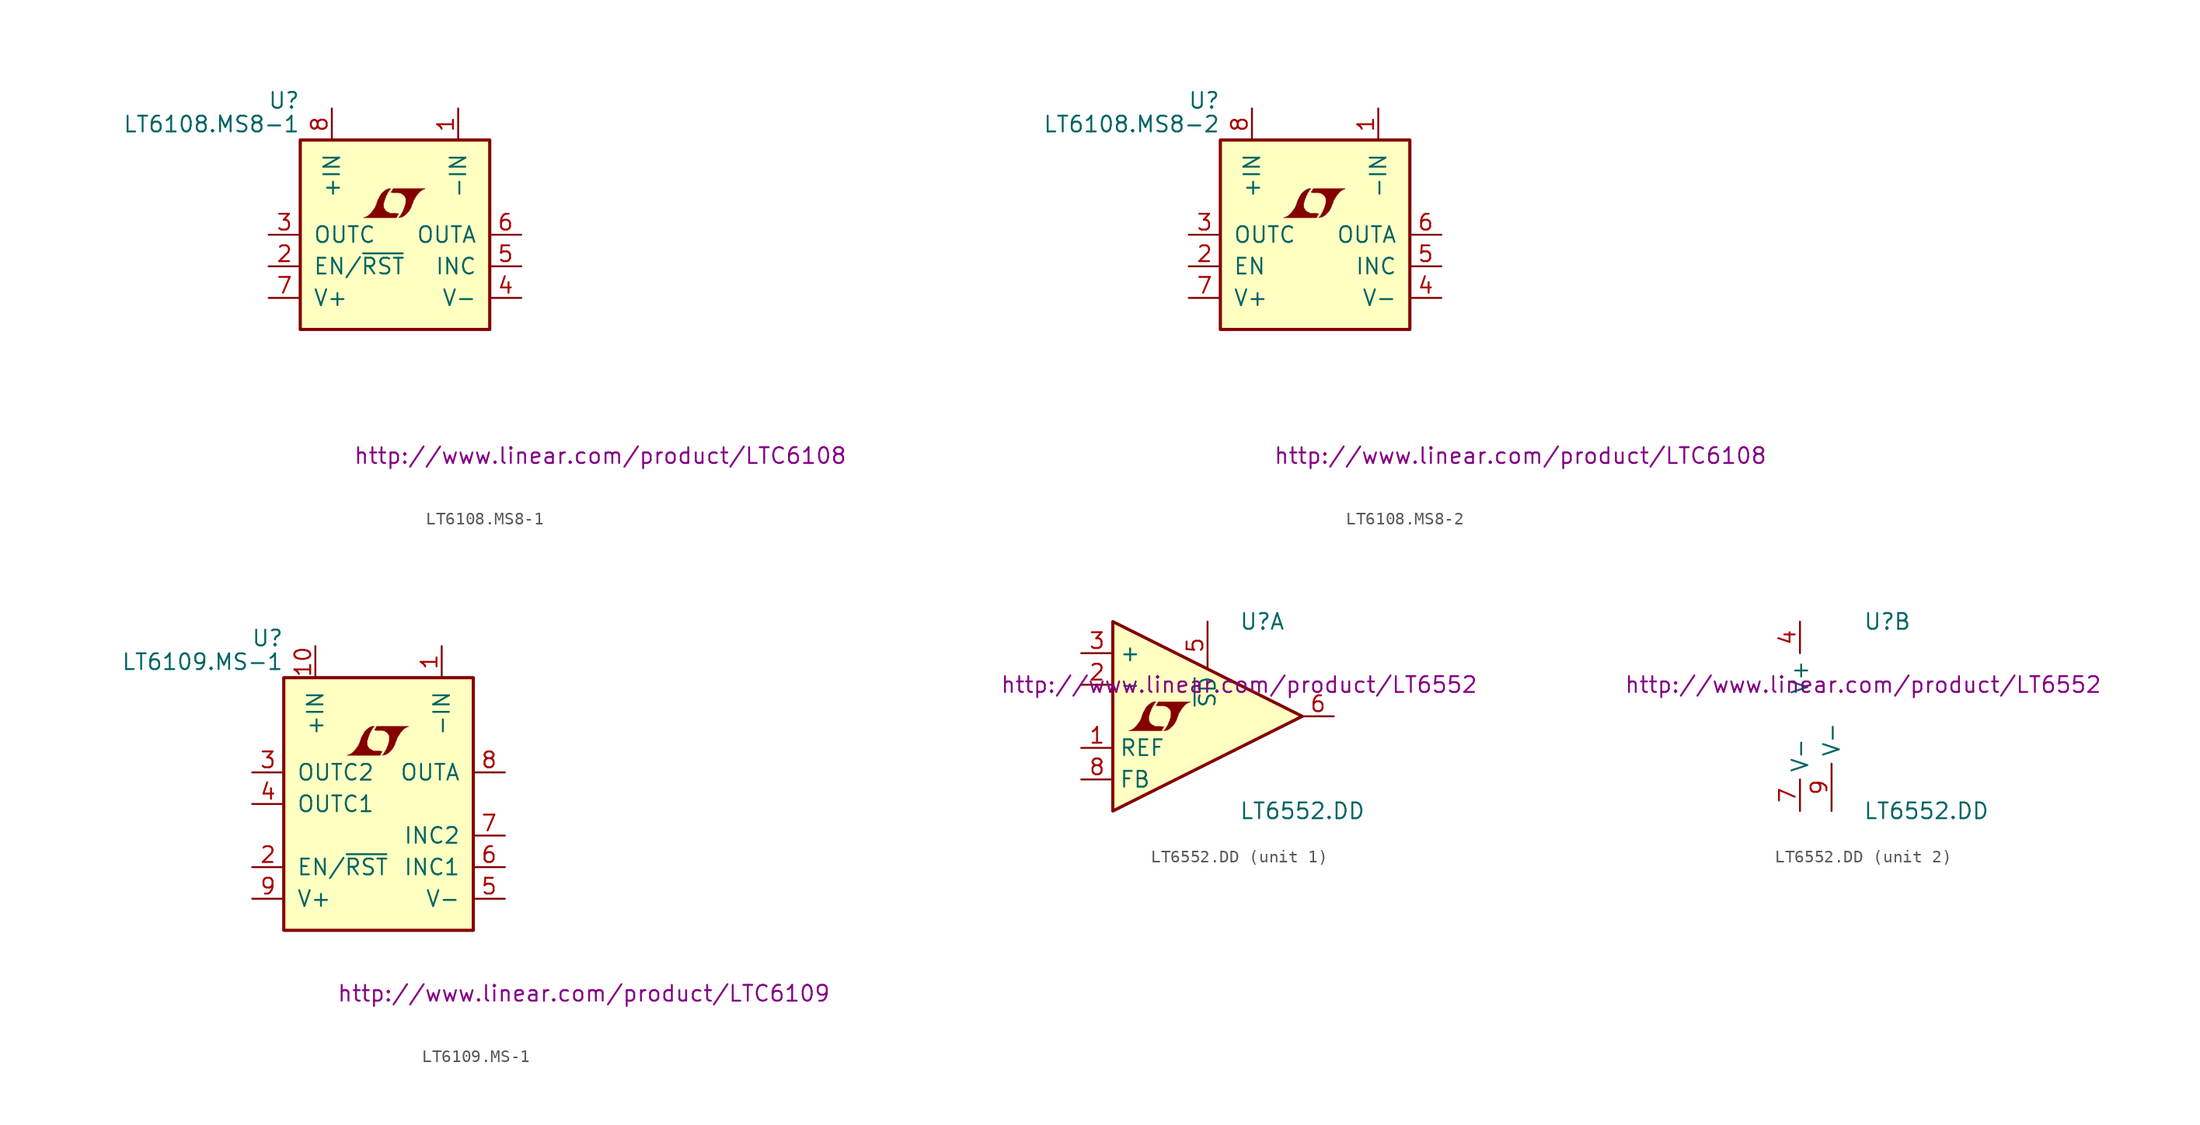
<source format=kicad_sym>
(kicad_symbol_lib
  (version 20201005)
  (generator kicad_symbol_editor)
  (symbol "LT6108.MS8-1"
    (pin_names
      (offset 1.016))
    (property "Reference" "U"
      (at -7.62 10.795 0)
      (effects (font (size 1.27 1.27)) (justify right)))
    (property "Value" "LT6108.MS8-1"
      (at -7.62 8.89 0)
      (effects (font (size 1.27 1.27)) (justify right)))
    (property "Datasheet" "http://www.linear.com/product/LTC6108"
      (at 16.51 -17.78 0)
      (effects (font (size 1.27 1.27))))
    (symbol "LT6108.MS8-1_0_0"
      (polyline (pts (xy 0.203 1.549) (xy 0.229 1.575) (xy 0.279 1.676) (xy 0.279 1.702) (xy 0.152 1.702) (xy 0.051 1.727) (xy -0.406 1.727) (xy -0.432 1.753) (xy -0.686 1.88) (xy -0.787 1.981) (xy -0.864 2.108) (xy -0.914 2.21) (xy -0.914 2.515) (xy -0.864 2.667) (xy -0.838 2.769) (xy -0.813 2.845) (xy -0.762 2.972) (xy -0.711 3.124) (xy -0.635 3.251) (xy -0.584 3.378) (xy -0.508 3.48) (xy -0.457 3.581) (xy -0.33 3.708) (xy -0.508 3.708) (xy -0.635 3.658) (xy -0.737 3.607) (xy -0.813 3.556) (xy -0.94 3.454) (xy -1.118 3.277) (xy -1.372 2.819) (xy -1.473 2.54) (xy -1.473 2.489) (xy -1.524 2.388) (xy -1.575 2.261) (xy -1.626 2.159) (xy -1.753 1.981) (xy -1.905 1.778) (xy -2.057 1.626) (xy -2.21 1.499) (xy -2.388 1.422) (xy -2.54 1.372) (xy 0.127 1.372) (xy 0.203 1.549)) (stroke (width 0.025)) (fill (type outline)))
      (polyline (pts (xy 0.406 1.397) (xy 0.483 1.397) (xy 0.66 1.473) (xy 0.813 1.575) (xy 1.092 1.854) (xy 1.219 2.057) (xy 1.321 2.261) (xy 1.397 2.515) (xy 1.422 2.515) (xy 1.499 2.769) (xy 1.753 3.175) (xy 1.905 3.353) (xy 2.057 3.505) (xy 2.21 3.607) (xy 2.388 3.683) (xy 2.413 3.683) (xy 2.413 3.708) (xy -0.152 3.708) (xy -0.229 3.556) (xy -0.254 3.531) (xy -0.305 3.429) (xy -0.33 3.404) (xy -0.279 3.404) (xy -0.229 3.378) (xy 0.305 3.378) (xy 0.356 3.353) (xy 0.406 3.353) (xy 0.483 3.327) (xy 0.61 3.251) (xy 0.737 3.15) (xy 0.813 3.023) (xy 0.838 2.972) (xy 0.864 2.946) (xy 0.864 2.54) (xy 0.838 2.489) (xy 0.838 2.413) (xy 0.787 2.311) (xy 0.762 2.184) (xy 0.686 2.032) (xy 0.635 1.88) (xy 0.483 1.626) (xy 0.432 1.524) (xy 0.279 1.372) (xy 0.406 1.397)) (stroke (width 0.025)) (fill (type outline))))
    (symbol "LT6108.MS8-1_0_1"
      (rectangle (start -7.62 7.62) (end 7.62 -7.62) (stroke (width 0.254)) (fill (type background))))
    (symbol "LT6108.MS8-1_1_1"
      (pin passive line (at 5.08 10.16 270) (length 2.54) (name "-IN" (effects (font (size 1.27 1.27)))) (number "1" (effects (font (size 1.27 1.27)))))
      (pin passive line (at -10.16 -2.54 0) (length 2.54) (name "EN/~RST~" (effects (font (size 1.27 1.27)))) (number "2" (effects (font (size 1.27 1.27)))))
      (pin output line (at -10.16 0 0) (length 2.54) (name "OUTC" (effects (font (size 1.27 1.27)))) (number "3" (effects (font (size 1.27 1.27)))))
      (pin power_in line (at 10.16 -5.08 180) (length 2.54) (name "V-" (effects (font (size 1.27 1.27)))) (number "4" (effects (font (size 1.27 1.27)))))
      (pin passive line (at 10.16 -2.54 180) (length 2.54) (name "INC" (effects (font (size 1.27 1.27)))) (number "5" (effects (font (size 1.27 1.27)))))
      (pin output line (at 10.16 0 180) (length 2.54) (name "OUTA" (effects (font (size 1.27 1.27)))) (number "6" (effects (font (size 1.27 1.27)))))
      (pin power_in line (at -10.16 -5.08 0) (length 2.54) (name "V+" (effects (font (size 1.27 1.27)))) (number "7" (effects (font (size 1.27 1.27)))))
      (pin passive line (at -5.08 10.16 270) (length 2.54) (name "+IN" (effects (font (size 1.27 1.27)))) (number "8" (effects (font (size 1.27 1.27)))))))
  (symbol "LT6108.MS8-2"
    (pin_names
      (offset 1.016))
    (property "Reference" "U"
      (at -7.62 10.795 0)
      (effects (font (size 1.27 1.27)) (justify right)))
    (property "Value" "LT6108.MS8-2"
      (at -7.62 8.89 0)
      (effects (font (size 1.27 1.27)) (justify right)))
    (property "Datasheet" "http://www.linear.com/product/LTC6108"
      (at 16.51 -17.78 0)
      (effects (font (size 1.27 1.27))))
    (symbol "LT6108.MS8-2_0_0"
      (polyline (pts (xy 0.203 1.549) (xy 0.229 1.575) (xy 0.279 1.676) (xy 0.279 1.702) (xy 0.152 1.702) (xy 0.051 1.727) (xy -0.406 1.727) (xy -0.432 1.753) (xy -0.686 1.88) (xy -0.787 1.981) (xy -0.864 2.108) (xy -0.914 2.21) (xy -0.914 2.515) (xy -0.864 2.667) (xy -0.838 2.769) (xy -0.813 2.845) (xy -0.762 2.972) (xy -0.711 3.124) (xy -0.635 3.251) (xy -0.584 3.378) (xy -0.508 3.48) (xy -0.457 3.581) (xy -0.33 3.708) (xy -0.508 3.708) (xy -0.635 3.658) (xy -0.737 3.607) (xy -0.813 3.556) (xy -0.94 3.454) (xy -1.118 3.277) (xy -1.372 2.819) (xy -1.473 2.54) (xy -1.473 2.489) (xy -1.524 2.388) (xy -1.575 2.261) (xy -1.626 2.159) (xy -1.753 1.981) (xy -1.905 1.778) (xy -2.057 1.626) (xy -2.21 1.499) (xy -2.388 1.422) (xy -2.54 1.372) (xy 0.127 1.372) (xy 0.203 1.549)) (stroke (width 0.025)) (fill (type outline)))
      (polyline (pts (xy 0.406 1.397) (xy 0.483 1.397) (xy 0.66 1.473) (xy 0.813 1.575) (xy 1.092 1.854) (xy 1.219 2.057) (xy 1.321 2.261) (xy 1.397 2.515) (xy 1.422 2.515) (xy 1.499 2.769) (xy 1.753 3.175) (xy 1.905 3.353) (xy 2.057 3.505) (xy 2.21 3.607) (xy 2.388 3.683) (xy 2.413 3.683) (xy 2.413 3.708) (xy -0.152 3.708) (xy -0.229 3.556) (xy -0.254 3.531) (xy -0.305 3.429) (xy -0.33 3.404) (xy -0.279 3.404) (xy -0.229 3.378) (xy 0.305 3.378) (xy 0.356 3.353) (xy 0.406 3.353) (xy 0.483 3.327) (xy 0.61 3.251) (xy 0.737 3.15) (xy 0.813 3.023) (xy 0.838 2.972) (xy 0.864 2.946) (xy 0.864 2.54) (xy 0.838 2.489) (xy 0.838 2.413) (xy 0.787 2.311) (xy 0.762 2.184) (xy 0.686 2.032) (xy 0.635 1.88) (xy 0.483 1.626) (xy 0.432 1.524) (xy 0.279 1.372) (xy 0.406 1.397)) (stroke (width 0.025)) (fill (type outline))))
    (symbol "LT6108.MS8-2_0_1"
      (rectangle (start -7.62 7.62) (end 7.62 -7.62) (stroke (width 0.254)) (fill (type background))))
    (symbol "LT6108.MS8-2_1_1"
      (pin passive line (at 5.08 10.16 270) (length 2.54) (name "-IN" (effects (font (size 1.27 1.27)))) (number "1" (effects (font (size 1.27 1.27)))))
      (pin passive line (at -10.16 -2.54 0) (length 2.54) (name "EN" (effects (font (size 1.27 1.27)))) (number "2" (effects (font (size 1.27 1.27)))))
      (pin output line (at -10.16 0 0) (length 2.54) (name "OUTC" (effects (font (size 1.27 1.27)))) (number "3" (effects (font (size 1.27 1.27)))))
      (pin power_in line (at 10.16 -5.08 180) (length 2.54) (name "V-" (effects (font (size 1.27 1.27)))) (number "4" (effects (font (size 1.27 1.27)))))
      (pin passive line (at 10.16 -2.54 180) (length 2.54) (name "INC" (effects (font (size 1.27 1.27)))) (number "5" (effects (font (size 1.27 1.27)))))
      (pin output line (at 10.16 0 180) (length 2.54) (name "OUTA" (effects (font (size 1.27 1.27)))) (number "6" (effects (font (size 1.27 1.27)))))
      (pin power_in line (at -10.16 -5.08 0) (length 2.54) (name "V+" (effects (font (size 1.27 1.27)))) (number "7" (effects (font (size 1.27 1.27)))))
      (pin passive line (at -5.08 10.16 270) (length 2.54) (name "+IN" (effects (font (size 1.27 1.27)))) (number "8" (effects (font (size 1.27 1.27)))))))
  (symbol "LT6109.MS-1"
    (pin_names
      (offset 1.016))
    (property "Reference" "U"
      (at -7.62 10.795 0)
      (effects (font (size 1.27 1.27)) (justify right)))
    (property "Value" "LT6109.MS-1"
      (at -7.62 8.89 0)
      (effects (font (size 1.27 1.27)) (justify right)))
    (property "Datasheet" "http://www.linear.com/product/LTC6109"
      (at 16.51 -17.78 0)
      (effects (font (size 1.27 1.27))))
    (symbol "LT6109.MS-1_0_0"
      (polyline (pts (xy 0.203 1.549) (xy 0.229 1.575) (xy 0.279 1.676) (xy 0.279 1.702) (xy 0.152 1.702) (xy 0.051 1.727) (xy -0.406 1.727) (xy -0.432 1.753) (xy -0.686 1.88) (xy -0.787 1.981) (xy -0.864 2.108) (xy -0.914 2.21) (xy -0.914 2.515) (xy -0.864 2.667) (xy -0.838 2.769) (xy -0.813 2.845) (xy -0.762 2.972) (xy -0.711 3.124) (xy -0.635 3.251) (xy -0.584 3.378) (xy -0.508 3.48) (xy -0.457 3.581) (xy -0.33 3.708) (xy -0.508 3.708) (xy -0.635 3.658) (xy -0.737 3.607) (xy -0.813 3.556) (xy -0.94 3.454) (xy -1.118 3.277) (xy -1.372 2.819) (xy -1.473 2.54) (xy -1.473 2.489) (xy -1.524 2.388) (xy -1.575 2.261) (xy -1.626 2.159) (xy -1.753 1.981) (xy -1.905 1.778) (xy -2.057 1.626) (xy -2.21 1.499) (xy -2.388 1.422) (xy -2.54 1.372) (xy 0.127 1.372) (xy 0.203 1.549)) (stroke (width 0.025)) (fill (type outline)))
      (polyline (pts (xy 0.406 1.397) (xy 0.483 1.397) (xy 0.66 1.473) (xy 0.813 1.575) (xy 1.092 1.854) (xy 1.219 2.057) (xy 1.321 2.261) (xy 1.397 2.515) (xy 1.422 2.515) (xy 1.499 2.769) (xy 1.753 3.175) (xy 1.905 3.353) (xy 2.057 3.505) (xy 2.21 3.607) (xy 2.388 3.683) (xy 2.413 3.683) (xy 2.413 3.708) (xy -0.152 3.708) (xy -0.229 3.556) (xy -0.254 3.531) (xy -0.305 3.429) (xy -0.33 3.404) (xy -0.279 3.404) (xy -0.229 3.378) (xy 0.305 3.378) (xy 0.356 3.353) (xy 0.406 3.353) (xy 0.483 3.327) (xy 0.61 3.251) (xy 0.737 3.15) (xy 0.813 3.023) (xy 0.838 2.972) (xy 0.864 2.946) (xy 0.864 2.54) (xy 0.838 2.489) (xy 0.838 2.413) (xy 0.787 2.311) (xy 0.762 2.184) (xy 0.686 2.032) (xy 0.635 1.88) (xy 0.483 1.626) (xy 0.432 1.524) (xy 0.279 1.372) (xy 0.406 1.397)) (stroke (width 0.025)) (fill (type outline))))
    (symbol "LT6109.MS-1_0_1"
      (rectangle (start -7.62 7.62) (end 7.62 -12.7) (stroke (width 0.254)) (fill (type background))))
    (symbol "LT6109.MS-1_1_1"
      (pin passive line (at 5.08 10.16 270) (length 2.54) (name "-IN" (effects (font (size 1.27 1.27)))) (number "1" (effects (font (size 1.27 1.27)))))
      (pin passive line (at -10.16 -7.62 0) (length 2.54) (name "EN/~RST~" (effects (font (size 1.27 1.27)))) (number "2" (effects (font (size 1.27 1.27)))))
      (pin output line (at -10.16 0 0) (length 2.54) (name "OUTC2" (effects (font (size 1.27 1.27)))) (number "3" (effects (font (size 1.27 1.27)))))
      (pin output line (at -10.16 -2.54 0) (length 2.54) (name "OUTC1" (effects (font (size 1.27 1.27)))) (number "4" (effects (font (size 1.27 1.27)))))
      (pin power_in line (at 10.16 -10.16 180) (length 2.54) (name "V-" (effects (font (size 1.27 1.27)))) (number "5" (effects (font (size 1.27 1.27)))))
      (pin passive line (at 10.16 -7.62 180) (length 2.54) (name "INC1" (effects (font (size 1.27 1.27)))) (number "6" (effects (font (size 1.27 1.27)))))
      (pin passive line (at 10.16 -5.08 180) (length 2.54) (name "INC2" (effects (font (size 1.27 1.27)))) (number "7" (effects (font (size 1.27 1.27)))))
      (pin output line (at 10.16 0 180) (length 2.54) (name "OUTA" (effects (font (size 1.27 1.27)))) (number "8" (effects (font (size 1.27 1.27)))))
      (pin power_in line (at -10.16 -10.16 0) (length 2.54) (name "V+" (effects (font (size 1.27 1.27)))) (number "9" (effects (font (size 1.27 1.27)))))
      (pin passive line (at -5.08 10.16 270) (length 2.54) (name "+IN" (effects (font (size 1.27 1.27)))) (number "10" (effects (font (size 1.27 1.27)))))))
  (symbol "LT6552.DD"
    (property "Reference" "U"
      (at 5.08 7.62 0)
      (effects (font (size 1.27 1.27)) (justify left)))
    (property "Value" "LT6552.DD"
      (at 5.08 -7.62 0)
      (effects (font (size 1.27 1.27)) (justify left)))
    (property "Datasheet" "http://www.linear.com/product/LT6552"
      (at 5.08 2.54 0)
      (effects (font (size 1.27 1.27))))
    (property "ki_locked" ""
      (at 0 0 0)
      (effects (font (size 1.27 1.27))))
    (symbol "LT6552.DD_1_0"
      (polyline (pts (xy -1.067 -0.991) (xy -1.041 -0.965) (xy -0.991 -0.864) (xy -0.991 -0.838) (xy -1.118 -0.838) (xy -1.219 -0.813) (xy -1.676 -0.813) (xy -1.702 -0.787) (xy -1.956 -0.66) (xy -2.057 -0.559) (xy -2.134 -0.432) (xy -2.184 -0.33) (xy -2.184 -0.025) (xy -2.134 0.127) (xy -2.108 0.229) (xy -2.083 0.305) (xy -2.032 0.432) (xy -1.981 0.584) (xy -1.905 0.711) (xy -1.854 0.838) (xy -1.778 0.94) (xy -1.727 1.041) (xy -1.6 1.168) (xy -1.778 1.168) (xy -1.905 1.118) (xy -2.007 1.067) (xy -2.083 1.016) (xy -2.21 0.914) (xy -2.388 0.737) (xy -2.642 0.279) (xy -2.743 0) (xy -2.743 -0.051) (xy -2.794 -0.152) (xy -2.845 -0.279) (xy -2.896 -0.381) (xy -3.023 -0.559) (xy -3.175 -0.762) (xy -3.327 -0.914) (xy -3.48 -1.041) (xy -3.658 -1.118) (xy -3.81 -1.168) (xy -1.143 -1.168) (xy -1.067 -0.991)) (stroke (width 0.025)) (fill (type outline)))
      (polyline (pts (xy -0.864 -1.143) (xy -0.787 -1.143) (xy -0.61 -1.067) (xy -0.457 -0.965) (xy -0.178 -0.686) (xy -0.051 -0.483) (xy 0.051 -0.279) (xy 0.127 -0.025) (xy 0.152 -0.025) (xy 0.229 0.229) (xy 0.483 0.635) (xy 0.635 0.813) (xy 0.787 0.965) (xy 0.94 1.067) (xy 1.118 1.143) (xy 1.143 1.143) (xy 1.143 1.168) (xy -1.422 1.168) (xy -1.499 1.016) (xy -1.524 0.991) (xy -1.575 0.889) (xy -1.6 0.864) (xy -1.549 0.864) (xy -1.499 0.838) (xy -0.965 0.838) (xy -0.914 0.813) (xy -0.864 0.813) (xy -0.787 0.787) (xy -0.66 0.711) (xy -0.533 0.61) (xy -0.457 0.483) (xy -0.432 0.432) (xy -0.406 0.406) (xy -0.406 0) (xy -0.432 -0.051) (xy -0.432 -0.127) (xy -0.483 -0.229) (xy -0.508 -0.356) (xy -0.584 -0.508) (xy -0.635 -0.66) (xy -0.787 -0.914) (xy -0.838 -1.016) (xy -0.991 -1.168) (xy -0.864 -1.143)) (stroke (width 0.025)) (fill (type outline))))
    (symbol "LT6552.DD_1_1"
      (polyline (pts (xy 10.16 0) (xy -5.08 7.62) (xy -5.08 -7.62) (xy 10.16 0)) (stroke (width 0.254)) (fill (type background)))
      (pin passive line (at -7.62 -2.54 0) (length 2.54) (name "REF" (effects (font (size 1.27 1.27)))) (number "1" (effects (font (size 1.27 1.27)))))
      (pin input line (at -7.62 2.54 0) (length 2.54) (name "-" (effects (font (size 1.27 1.27)))) (number "2" (effects (font (size 1.27 1.27)))))
      (pin input line (at -7.62 5.08 0) (length 2.54) (name "+" (effects (font (size 1.27 1.27)))) (number "3" (effects (font (size 1.27 1.27)))))
      (pin output line (at 2.54 7.62 270) (length 3.81) (name "~SD~" (effects (font (size 1.27 1.27)))) (number "5" (effects (font (size 1.27 1.27)))))
      (pin output line (at 12.7 0 180) (length 2.54) (name "~" (effects (font (size 1.27 1.27)))) (number "6" (effects (font (size 1.27 1.27)))))
      (pin input line (at -7.62 -5.08 0) (length 2.54) (name "FB" (effects (font (size 1.27 1.27)))) (number "8" (effects (font (size 1.27 1.27))))))
    (symbol "LT6552.DD_2_1"
      (pin power_in line (at 0 7.62 270) (length 2.54) (name "V+" (effects (font (size 1.27 1.27)))) (number "4" (effects (font (size 1.27 1.27)))))
      (pin power_in line (at 0 -7.62 90) (length 2.54) (name "V-" (effects (font (size 1.27 1.27)))) (number "7" (effects (font (size 1.27 1.27)))))
      (pin power_in line (at 2.54 -7.62 90) (length 3.81) (name "V-" (effects (font (size 1.27 1.27)))) (number "9" (effects (font (size 1.27 1.27))))))))
</source>
